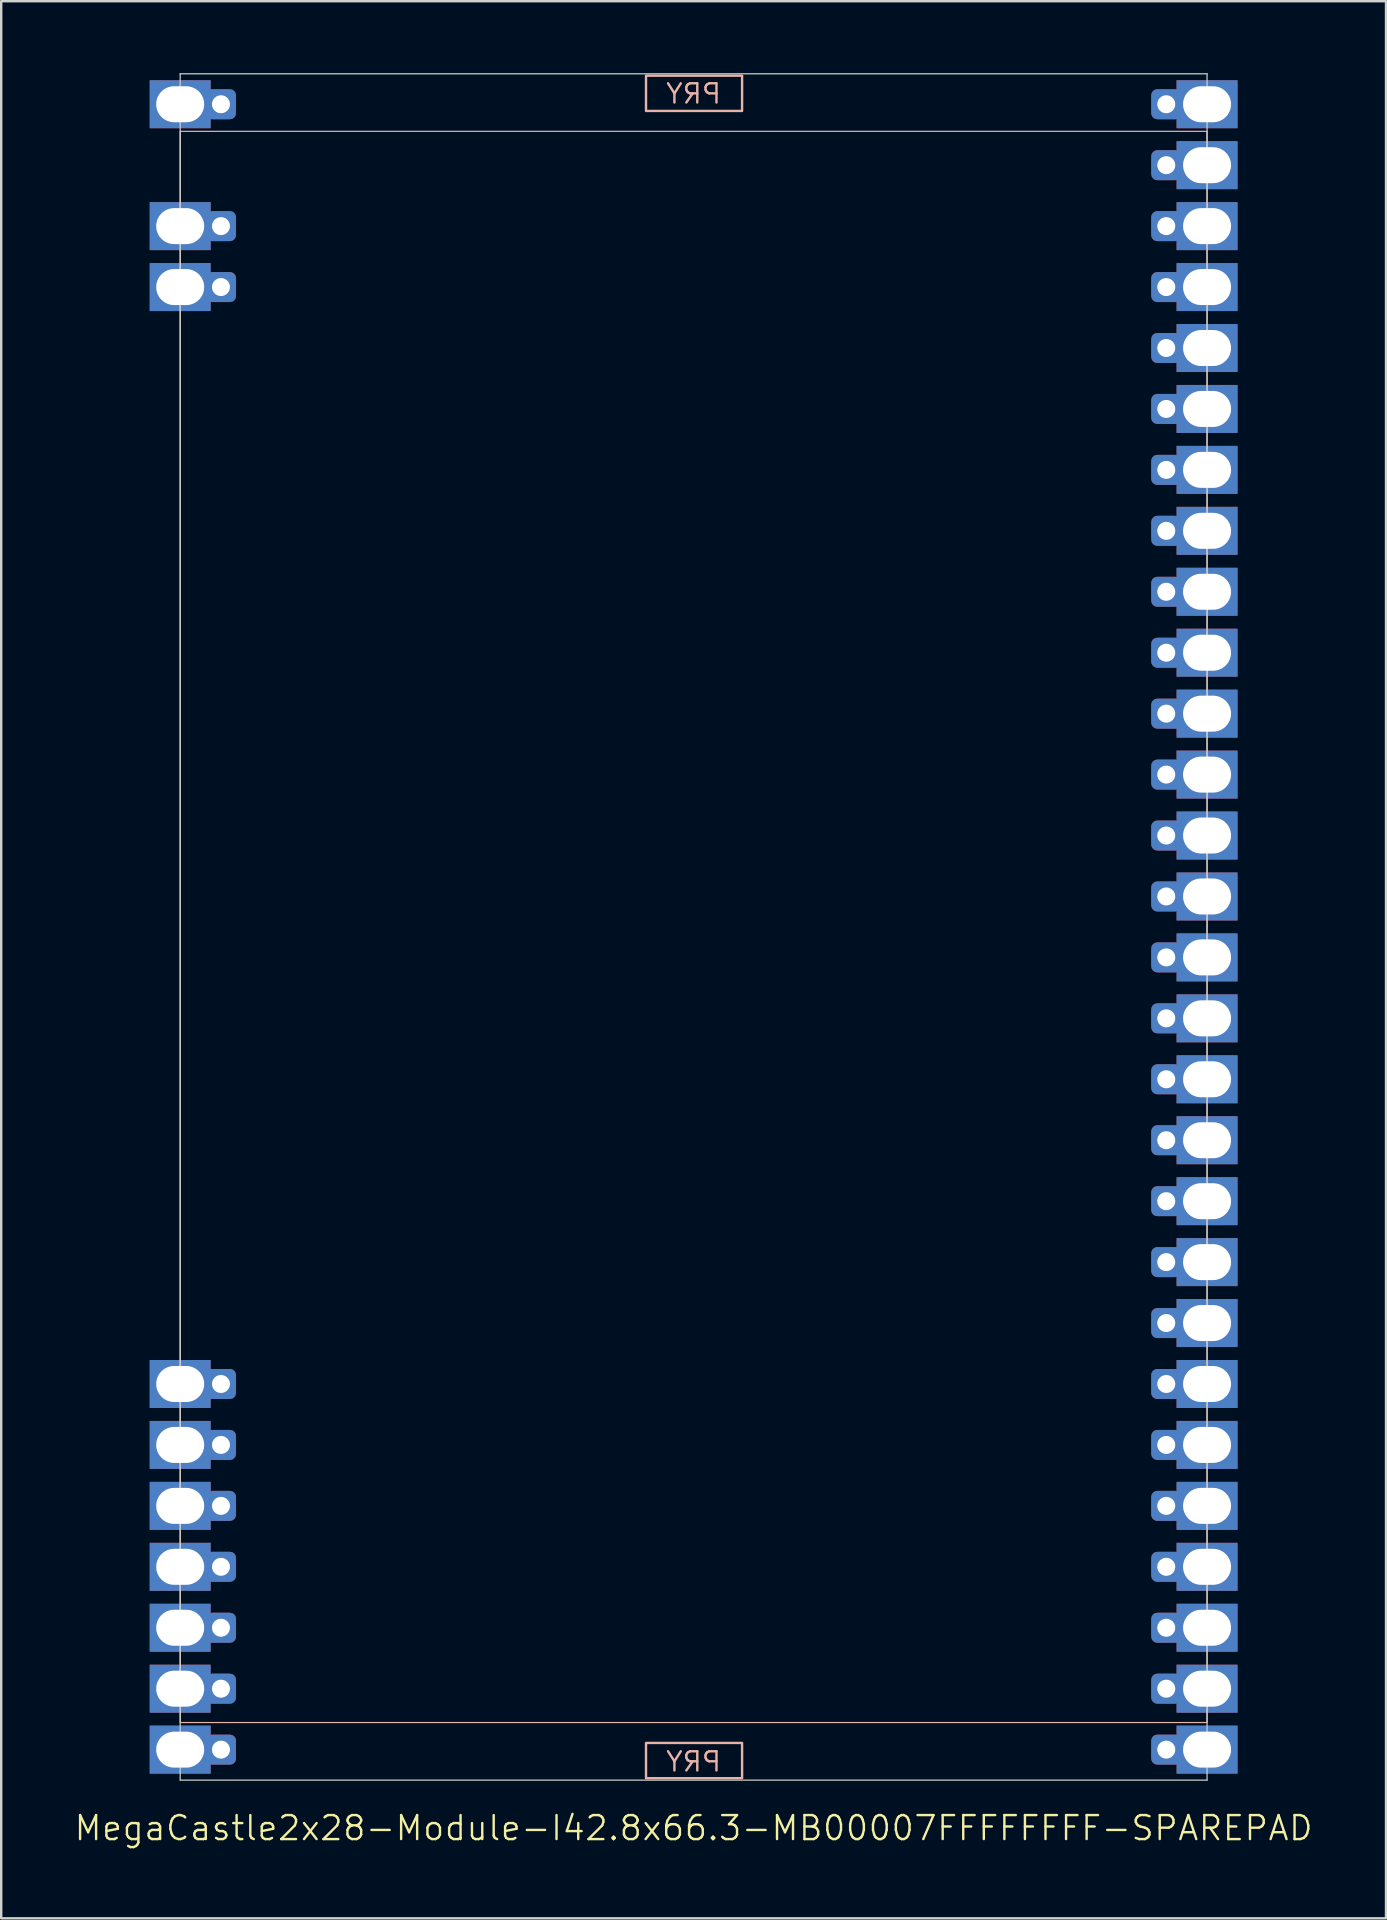
<source format=kicad_pcb>
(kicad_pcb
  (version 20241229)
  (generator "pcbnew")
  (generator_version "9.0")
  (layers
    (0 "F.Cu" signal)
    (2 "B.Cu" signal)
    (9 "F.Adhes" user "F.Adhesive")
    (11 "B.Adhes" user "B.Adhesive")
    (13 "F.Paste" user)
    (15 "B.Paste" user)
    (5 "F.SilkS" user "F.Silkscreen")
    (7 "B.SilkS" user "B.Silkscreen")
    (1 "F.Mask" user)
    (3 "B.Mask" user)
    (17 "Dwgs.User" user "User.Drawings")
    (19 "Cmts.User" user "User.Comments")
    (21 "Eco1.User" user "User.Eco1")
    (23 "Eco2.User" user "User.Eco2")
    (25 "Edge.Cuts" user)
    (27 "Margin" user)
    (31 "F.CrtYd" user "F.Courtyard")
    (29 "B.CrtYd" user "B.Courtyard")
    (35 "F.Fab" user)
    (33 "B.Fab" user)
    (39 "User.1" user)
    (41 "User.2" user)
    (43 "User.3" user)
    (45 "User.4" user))
  (footprint "MegaCastle2x28-Module-I42.8x66.3-MB00007FFFFFFFF-SPAREPAD"
    (layer "F.Cu")
    (at 25.86 35.585)
    (property "Reference" "MegaCastle2x28-Module-I42.8x66.3-MB00007FFFFFFFF-SPAREPAD" (at 0 37.56 0) (unlocked yes) (layer "F.SilkS") (effects (font (size 1 1) (thickness 0.1))))
    (attr smd)
    (fp_rect (start -21.4 33.16) (end 21.4 -33.16) (stroke (width 0.05) (type default)) (fill no) (layer "B.SilkS"))
    (fp_rect (start -1.984 -34.011) (end 2.02 -35.48) (stroke (width 0.1) (type default)) (fill no) (layer "B.SilkS"))
    (fp_rect (start -1.984 34.011) (end 2.02 35.48) (stroke (width 0.1) (type default)) (fill no) (layer "B.SilkS"))
    (fp_line (start -21.4 -35.56) (end -21.4 35.56) (stroke (width 0.05) (type default)) (layer "Edge.Cuts"))
    (fp_line (start -21.4 -35.56) (end 21.4 -35.56) (stroke (width 0.05) (type default)) (layer "Edge.Cuts"))
    (fp_line (start -21.4 35.56) (end 21.4 35.56) (stroke (width 0.05) (type default)) (layer "Edge.Cuts"))
    (fp_line (start 21.4 -35.56) (end 21.4 35.56) (stroke (width 0.05) (type default)) (layer "Edge.Cuts"))
    (fp_text user "PRY" (at 0 -34.26 0) (unlocked yes) (layer "B.SilkS") (effects (font (size 0.8 0.8) (thickness 0.1)) (justify bottom mirror)))
    (fp_text user "PRY" (at 0 35.26 0) (unlocked yes) (layer "B.SilkS") (effects (font (size 0.8 0.8) (thickness 0.1)) (justify bottom mirror)))
    (pad "1" thru_hole rect (at -21.4 -34.29) (size 2.54 2) (drill oval 2 1.5) (property pad_prop_castellated) (layers "*.Cu" "*.Mask"))
    (pad "1" thru_hole roundrect (at -19.7 -34.29 180) (size 1.25 1.25) (drill 0.75) (layers "*.Cu" "*.Mask") (roundrect_rratio 0.2))
    (pad "3" thru_hole rect (at -21.4 -29.21) (size 2.54 2) (drill oval 2 1.5) (property pad_prop_castellated) (layers "*.Cu" "*.Mask"))
    (pad "3" thru_hole roundrect (at -19.7 -29.21 180) (size 1.25 1.25) (drill 0.75) (layers "*.Cu" "*.Mask") (roundrect_rratio 0.2))
    (pad "4" thru_hole rect (at -21.4 -26.67) (size 2.54 2) (drill oval 2 1.5) (property pad_prop_castellated) (layers "*.Cu" "*.Mask"))
    (pad "4" thru_hole roundrect (at -19.7 -26.67 180) (size 1.25 1.25) (drill 0.75) (layers "*.Cu" "*.Mask") (roundrect_rratio 0.2))
    (pad "22" thru_hole rect (at -21.4 19.05) (size 2.54 2) (drill oval 2 1.5) (property pad_prop_castellated) (layers "*.Cu" "*.Mask"))
    (pad "22" thru_hole roundrect (at -19.7 19.05 180) (size 1.25 1.25) (drill 0.75) (layers "*.Cu" "*.Mask") (roundrect_rratio 0.2))
    (pad "23" thru_hole rect (at -21.4 21.59) (size 2.54 2) (drill oval 2 1.5) (property pad_prop_castellated) (layers "*.Cu" "*.Mask"))
    (pad "23" thru_hole roundrect (at -19.7 21.59 180) (size 1.25 1.25) (drill 0.75) (layers "*.Cu" "*.Mask") (roundrect_rratio 0.2))
    (pad "24" thru_hole rect (at -21.4 24.13) (size 2.54 2) (drill oval 2 1.5) (property pad_prop_castellated) (layers "*.Cu" "*.Mask"))
    (pad "24" thru_hole roundrect (at -19.7 24.13 180) (size 1.25 1.25) (drill 0.75) (layers "*.Cu" "*.Mask") (roundrect_rratio 0.2))
    (pad "25" thru_hole rect (at -21.4 26.67) (size 2.54 2) (drill oval 2 1.5) (property pad_prop_castellated) (layers "*.Cu" "*.Mask"))
    (pad "25" thru_hole roundrect (at -19.7 26.67 180) (size 1.25 1.25) (drill 0.75) (layers "*.Cu" "*.Mask") (roundrect_rratio 0.2))
    (pad "26" thru_hole rect (at -21.4 29.21) (size 2.54 2) (drill oval 2 1.5) (property pad_prop_castellated) (layers "*.Cu" "*.Mask"))
    (pad "26" thru_hole roundrect (at -19.7 29.21 180) (size 1.25 1.25) (drill 0.75) (layers "*.Cu" "*.Mask") (roundrect_rratio 0.2))
    (pad "27" thru_hole rect (at -21.4 31.75) (size 2.54 2) (drill oval 2 1.5) (property pad_prop_castellated) (layers "*.Cu" "*.Mask"))
    (pad "27" thru_hole roundrect (at -19.7 31.75 180) (size 1.25 1.25) (drill 0.75) (layers "*.Cu" "*.Mask") (roundrect_rratio 0.2))
    (pad "28" thru_hole rect (at -21.4 34.29) (size 2.54 2) (drill oval 2 1.5) (property pad_prop_castellated) (layers "*.Cu" "*.Mask"))
    (pad "28" thru_hole roundrect (at -19.7 34.29 180) (size 1.25 1.25) (drill 0.75) (layers "*.Cu" "*.Mask") (roundrect_rratio 0.2))
    (pad "29" thru_hole roundrect (at 19.7 -34.29 180) (size 1.25 1.25) (drill 0.75) (layers "*.Cu" "*.Mask") (roundrect_rratio 0.2))
    (pad "29" thru_hole rect (at 21.4 -34.29) (size 2.54 2) (drill oval 2 1.5) (property pad_prop_castellated) (layers "*.Cu" "*.Mask"))
    (pad "30" thru_hole roundrect (at 19.7 -31.75 180) (size 1.25 1.25) (drill 0.75) (layers "*.Cu" "*.Mask") (roundrect_rratio 0.2))
    (pad "30" thru_hole rect (at 21.4 -31.75) (size 2.54 2) (drill oval 2 1.5) (property pad_prop_castellated) (layers "*.Cu" "*.Mask"))
    (pad "31" thru_hole roundrect (at 19.7 -29.21 180) (size 1.25 1.25) (drill 0.75) (layers "*.Cu" "*.Mask") (roundrect_rratio 0.2))
    (pad "31" thru_hole rect (at 21.4 -29.21) (size 2.54 2) (drill oval 2 1.5) (property pad_prop_castellated) (layers "*.Cu" "*.Mask"))
    (pad "32" thru_hole roundrect (at 19.7 -26.67 180) (size 1.25 1.25) (drill 0.75) (layers "*.Cu" "*.Mask") (roundrect_rratio 0.2))
    (pad "32" thru_hole rect (at 21.4 -26.67) (size 2.54 2) (drill oval 2 1.5) (property pad_prop_castellated) (layers "*.Cu" "*.Mask"))
    (pad "33" thru_hole roundrect (at 19.7 -24.13 180) (size 1.25 1.25) (drill 0.75) (layers "*.Cu" "*.Mask") (roundrect_rratio 0.2))
    (pad "33" thru_hole rect (at 21.4 -24.13) (size 2.54 2) (drill oval 2 1.5) (property pad_prop_castellated) (layers "*.Cu" "*.Mask"))
    (pad "34" thru_hole roundrect (at 19.7 -21.59 180) (size 1.25 1.25) (drill 0.75) (layers "*.Cu" "*.Mask") (roundrect_rratio 0.2))
    (pad "34" thru_hole rect (at 21.4 -21.59) (size 2.54 2) (drill oval 2 1.5) (property pad_prop_castellated) (layers "*.Cu" "*.Mask"))
    (pad "35" thru_hole roundrect (at 19.7 -19.05 180) (size 1.25 1.25) (drill 0.75) (layers "*.Cu" "*.Mask") (roundrect_rratio 0.2))
    (pad "35" thru_hole rect (at 21.4 -19.05) (size 2.54 2) (drill oval 2 1.5) (property pad_prop_castellated) (layers "*.Cu" "*.Mask"))
    (pad "36" thru_hole roundrect (at 19.7 -16.51 180) (size 1.25 1.25) (drill 0.75) (layers "*.Cu" "*.Mask") (roundrect_rratio 0.2))
    (pad "36" thru_hole rect (at 21.4 -16.51) (size 2.54 2) (drill oval 2 1.5) (property pad_prop_castellated) (layers "*.Cu" "*.Mask"))
    (pad "37" thru_hole roundrect (at 19.7 -13.97 180) (size 1.25 1.25) (drill 0.75) (layers "*.Cu" "*.Mask") (roundrect_rratio 0.2))
    (pad "37" thru_hole rect (at 21.4 -13.97) (size 2.54 2) (drill oval 2 1.5) (property pad_prop_castellated) (layers "*.Cu" "*.Mask"))
    (pad "38" thru_hole roundrect (at 19.7 -11.43 180) (size 1.25 1.25) (drill 0.75) (layers "*.Cu" "*.Mask") (roundrect_rratio 0.2))
    (pad "38" thru_hole rect (at 21.4 -11.43) (size 2.54 2) (drill oval 2 1.5) (property pad_prop_castellated) (layers "*.Cu" "*.Mask"))
    (pad "39" thru_hole roundrect (at 19.7 -8.89 180) (size 1.25 1.25) (drill 0.75) (layers "*.Cu" "*.Mask") (roundrect_rratio 0.2))
    (pad "39" thru_hole rect (at 21.4 -8.89) (size 2.54 2) (drill oval 2 1.5) (property pad_prop_castellated) (layers "*.Cu" "*.Mask"))
    (pad "40" thru_hole roundrect (at 19.7 -6.35 180) (size 1.25 1.25) (drill 0.75) (layers "*.Cu" "*.Mask") (roundrect_rratio 0.2))
    (pad "40" thru_hole rect (at 21.4 -6.35) (size 2.54 2) (drill oval 2 1.5) (property pad_prop_castellated) (layers "*.Cu" "*.Mask"))
    (pad "41" thru_hole roundrect (at 19.7 -3.81 180) (size 1.25 1.25) (drill 0.75) (layers "*.Cu" "*.Mask") (roundrect_rratio 0.2))
    (pad "41" thru_hole rect (at 21.4 -3.81) (size 2.54 2) (drill oval 2 1.5) (property pad_prop_castellated) (layers "*.Cu" "*.Mask"))
    (pad "42" thru_hole roundrect (at 19.7 -1.27 180) (size 1.25 1.25) (drill 0.75) (layers "*.Cu" "*.Mask") (roundrect_rratio 0.2))
    (pad "42" thru_hole rect (at 21.4 -1.27) (size 2.54 2) (drill oval 2 1.5) (property pad_prop_castellated) (layers "*.Cu" "*.Mask"))
    (pad "43" thru_hole roundrect (at 19.7 1.27 180) (size 1.25 1.25) (drill 0.75) (layers "*.Cu" "*.Mask") (roundrect_rratio 0.2))
    (pad "43" thru_hole rect (at 21.4 1.27) (size 2.54 2) (drill oval 2 1.5) (property pad_prop_castellated) (layers "*.Cu" "*.Mask"))
    (pad "44" thru_hole roundrect (at 19.7 3.81 180) (size 1.25 1.25) (drill 0.75) (layers "*.Cu" "*.Mask") (roundrect_rratio 0.2))
    (pad "44" thru_hole rect (at 21.4 3.81) (size 2.54 2) (drill oval 2 1.5) (property pad_prop_castellated) (layers "*.Cu" "*.Mask"))
    (pad "45" thru_hole roundrect (at 19.7 6.35 180) (size 1.25 1.25) (drill 0.75) (layers "*.Cu" "*.Mask") (roundrect_rratio 0.2))
    (pad "45" thru_hole rect (at 21.4 6.35) (size 2.54 2) (drill oval 2 1.5) (property pad_prop_castellated) (layers "*.Cu" "*.Mask"))
    (pad "46" thru_hole roundrect (at 19.7 8.89 180) (size 1.25 1.25) (drill 0.75) (layers "*.Cu" "*.Mask") (roundrect_rratio 0.2))
    (pad "46" thru_hole rect (at 21.4 8.89) (size 2.54 2) (drill oval 2 1.5) (property pad_prop_castellated) (layers "*.Cu" "*.Mask"))
    (pad "47" thru_hole roundrect (at 19.7 11.43 180) (size 1.25 1.25) (drill 0.75) (layers "*.Cu" "*.Mask") (roundrect_rratio 0.2))
    (pad "47" thru_hole rect (at 21.4 11.43) (size 2.54 2) (drill oval 2 1.5) (property pad_prop_castellated) (layers "*.Cu" "*.Mask"))
    (pad "48" thru_hole roundrect (at 19.7 13.97 180) (size 1.25 1.25) (drill 0.75) (layers "*.Cu" "*.Mask") (roundrect_rratio 0.2))
    (pad "48" thru_hole rect (at 21.4 13.97) (size 2.54 2) (drill oval 2 1.5) (property pad_prop_castellated) (layers "*.Cu" "*.Mask"))
    (pad "49" thru_hole roundrect (at 19.7 16.51 180) (size 1.25 1.25) (drill 0.75) (layers "*.Cu" "*.Mask") (roundrect_rratio 0.2))
    (pad "49" thru_hole rect (at 21.4 16.51) (size 2.54 2) (drill oval 2 1.5) (property pad_prop_castellated) (layers "*.Cu" "*.Mask"))
    (pad "50" thru_hole roundrect (at 19.7 19.05 180) (size 1.25 1.25) (drill 0.75) (layers "*.Cu" "*.Mask") (roundrect_rratio 0.2))
    (pad "50" thru_hole rect (at 21.4 19.05) (size 2.54 2) (drill oval 2 1.5) (property pad_prop_castellated) (layers "*.Cu" "*.Mask"))
    (pad "51" thru_hole roundrect (at 19.7 21.59 180) (size 1.25 1.25) (drill 0.75) (layers "*.Cu" "*.Mask") (roundrect_rratio 0.2))
    (pad "51" thru_hole rect (at 21.4 21.59) (size 2.54 2) (drill oval 2 1.5) (property pad_prop_castellated) (layers "*.Cu" "*.Mask"))
    (pad "52" thru_hole roundrect (at 19.7 24.13 180) (size 1.25 1.25) (drill 0.75) (layers "*.Cu" "*.Mask") (roundrect_rratio 0.2))
    (pad "52" thru_hole rect (at 21.4 24.13) (size 2.54 2) (drill oval 2 1.5) (property pad_prop_castellated) (layers "*.Cu" "*.Mask"))
    (pad "53" thru_hole roundrect (at 19.7 26.67 180) (size 1.25 1.25) (drill 0.75) (layers "*.Cu" "*.Mask") (roundrect_rratio 0.2))
    (pad "53" thru_hole rect (at 21.4 26.67) (size 2.54 2) (drill oval 2 1.5) (property pad_prop_castellated) (layers "*.Cu" "*.Mask"))
    (pad "54" thru_hole roundrect (at 19.7 29.21 180) (size 1.25 1.25) (drill 0.75) (layers "*.Cu" "*.Mask") (roundrect_rratio 0.2))
    (pad "54" thru_hole rect (at 21.4 29.21) (size 2.54 2) (drill oval 2 1.5) (property pad_prop_castellated) (layers "*.Cu" "*.Mask"))
    (pad "55" thru_hole roundrect (at 19.7 31.75 180) (size 1.25 1.25) (drill 0.75) (layers "*.Cu" "*.Mask") (roundrect_rratio 0.2))
    (pad "55" thru_hole rect (at 21.4 31.75) (size 2.54 2) (drill oval 2 1.5) (property pad_prop_castellated) (layers "*.Cu" "*.Mask"))
    (pad "56" thru_hole roundrect (at 19.7 34.29 180) (size 1.25 1.25) (drill 0.75) (layers "*.Cu" "*.Mask") (roundrect_rratio 0.2))
    (pad "56" thru_hole rect (at 21.4 34.29) (size 2.54 2) (drill oval 2 1.5) (property pad_prop_castellated) (layers "*.Cu" "*.Mask"))
    (zone (net_name "") (layer "B.Cu") (hatch edge 0.5) (connect_pads) (min_thickness 0.25) (filled_areas_thickness no) (keepout (tracks allowed) (vias allowed) (pads allowed) (copperpour allowed) (footprints not_allowed)) (placement (enabled no)) (fill) (polygon (pts (xy 4.46 71.145) (xy 4.46 0.025))))
    (zone (net_name "") (layer "B.Cu") (hatch edge 0.5) (connect_pads) (min_thickness 0.25) (filled_areas_thickness no) (keepout (tracks allowed) (vias allowed) (pads allowed) (copperpour allowed) (footprints not_allowed)) (placement (enabled no)) (fill) (polygon (pts (xy 47.26 71.145) (xy 47.26 0.025))))
    (zone (net_name "") (layer "B.Cu") (hatch edge 0.5) (connect_pads) (min_thickness 0.25) (filled_areas_thickness no) (keepout (tracks allowed) (vias allowed) (pads allowed) (copperpour allowed) (footprints not_allowed)) (placement (enabled no)) (fill) (polygon (pts (xy 4.46 0.025) (xy 4.46 2.425) (xy 47.26 2.425) (xy 47.26 0.025))))
    (zone (net_name "") (layer "B.Cu") (hatch edge 0.5) (connect_pads) (min_thickness 0.25) (filled_areas_thickness no) (keepout (tracks allowed) (vias allowed) (pads allowed) (copperpour allowed) (footprints not_allowed)) (placement (enabled no)) (fill) (polygon (pts (xy 4.46 71.145) (xy 4.46 68.745) (xy 47.26 68.745) (xy 47.26 71.145))))
    (zone (net_name "") (layer "B.Cu") (name "Upper Pry Zone") (hatch edge 0.5) (connect_pads) (min_thickness 0.25) (filled_areas_thickness no) (keepout (tracks not_allowed) (vias not_allowed) (pads not_allowed) (copperpour allowed) (footprints not_allowed)) (placement (enabled no)) (fill) (polygon (pts (xy 23.875 1.574) (xy 23.875 0.105) (xy 27.879 0.105) (xy 27.879 1.574))))
    (zone (net_name "") (layer "B.Cu") (name "Upper Pry Zone") (hatch edge 0.5) (connect_pads) (min_thickness 0.25) (filled_areas_thickness no) (keepout (tracks not_allowed) (vias not_allowed) (pads not_allowed) (copperpour allowed) (footprints not_allowed)) (placement (enabled no)) (fill) (polygon (pts (xy 23.875 69.596) (xy 23.875 71.065) (xy 27.879 71.065) (xy 27.879 69.596)))))
  (gr_rect
    (start -3 -3)
    (end 54.719 76.906)
    (stroke (width 0.1) (type default))
    (fill no)
    (layer "Edge.Cuts")))
</source>
